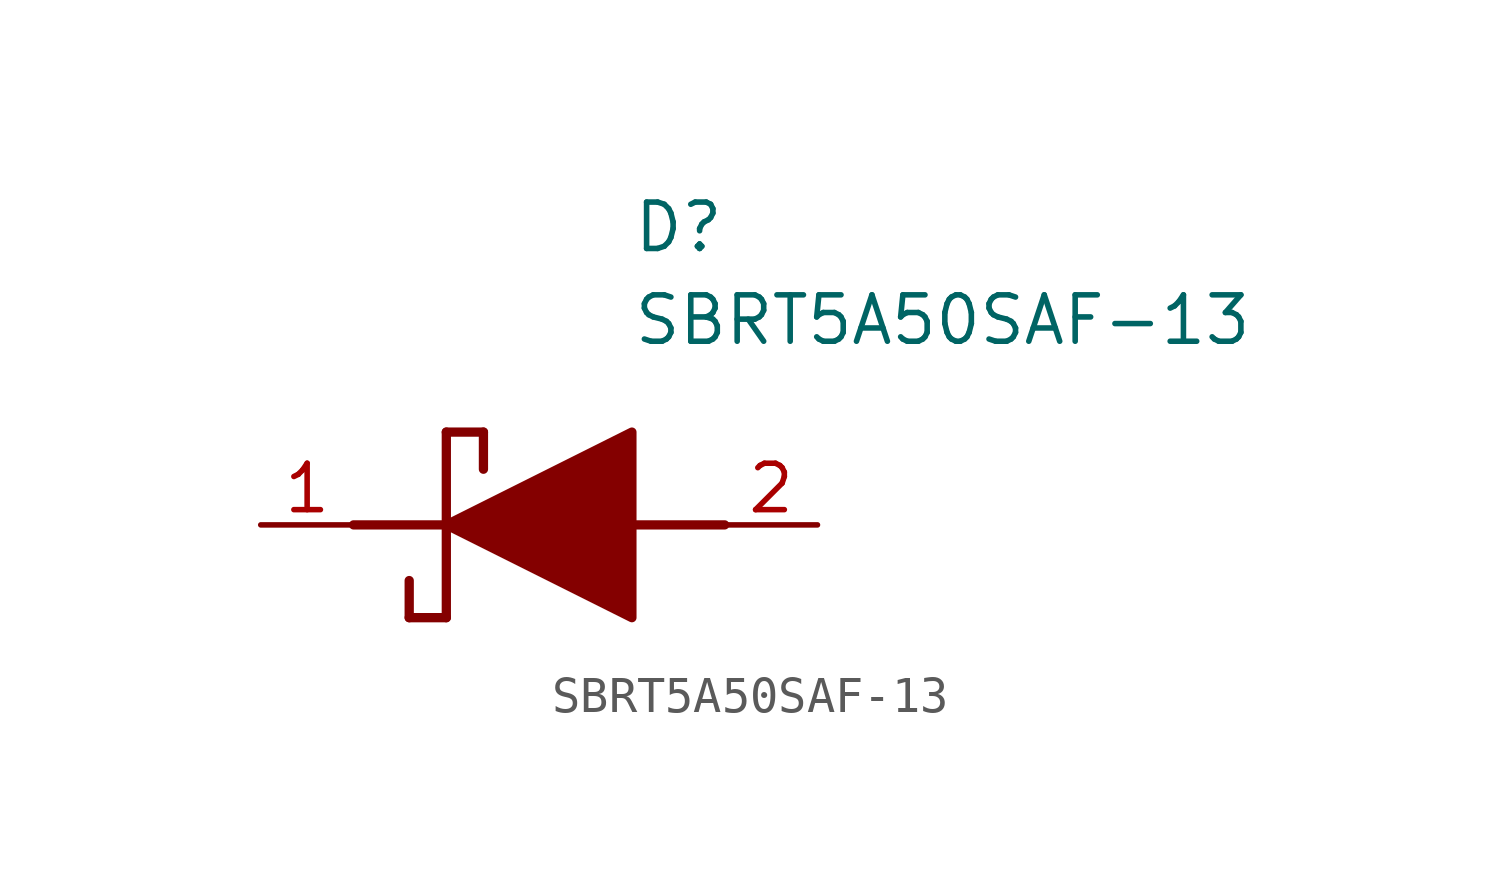
<source format=kicad_sym>
(kicad_symbol_lib
  (version 20241209)
  (generator "kicad_symbol_editor")
  (generator_version "9.0")
  (symbol "SBRT5A50SAF-13"
    (pin_names
      (hide yes))
    (property "Reference" "D"
      (at 12.7 8.89 0)
      (effects (font (size 1.27 1.27)) (justify left top)))
    (property "Value" "SBRT5A50SAF-13"
      (at 12.7 6.35 0)
      (effects (font (size 1.27 1.27)) (justify left top)))
    (symbol "SBRT5A50SAF-13_1_1"
      (polyline (pts (xy 5.08 0) (xy 7.62 0)) (stroke (width 0.254) (type default)) (fill (type none)))
      (polyline (pts (xy 6.604 -1.524) (xy 6.604 -2.54)) (stroke (width 0.254) (type default)) (fill (type none)))
      (polyline (pts (xy 7.62 2.54) (xy 7.62 -2.54)) (stroke (width 0.254) (type default)) (fill (type none)))
      (polyline (pts (xy 7.62 2.54) (xy 8.636 2.54)) (stroke (width 0.254) (type default)) (fill (type none)))
      (polyline (pts (xy 7.62 0) (xy 12.7 2.54) (xy 12.7 -2.54) (xy 7.62 0)) (stroke (width 0.254) (type default)) (fill (type outline)))
      (polyline (pts (xy 7.62 -2.54) (xy 6.604 -2.54)) (stroke (width 0.254) (type default)) (fill (type none)))
      (polyline (pts (xy 8.636 1.524) (xy 8.636 2.54)) (stroke (width 0.254) (type default)) (fill (type none)))
      (polyline (pts (xy 12.7 0) (xy 15.24 0)) (stroke (width 0.254) (type default)) (fill (type none)))
      (pin passive line (at 2.54 0 0) (length 2.54) (name "K" (effects (font (size 1.27 1.27)))) (number "1" (effects (font (size 1.27 1.27)))))
      (pin passive line (at 17.78 0 180) (length 2.54) (name "A" (effects (font (size 1.27 1.27)))) (number "2" (effects (font (size 1.27 1.27))))))))
</source>
